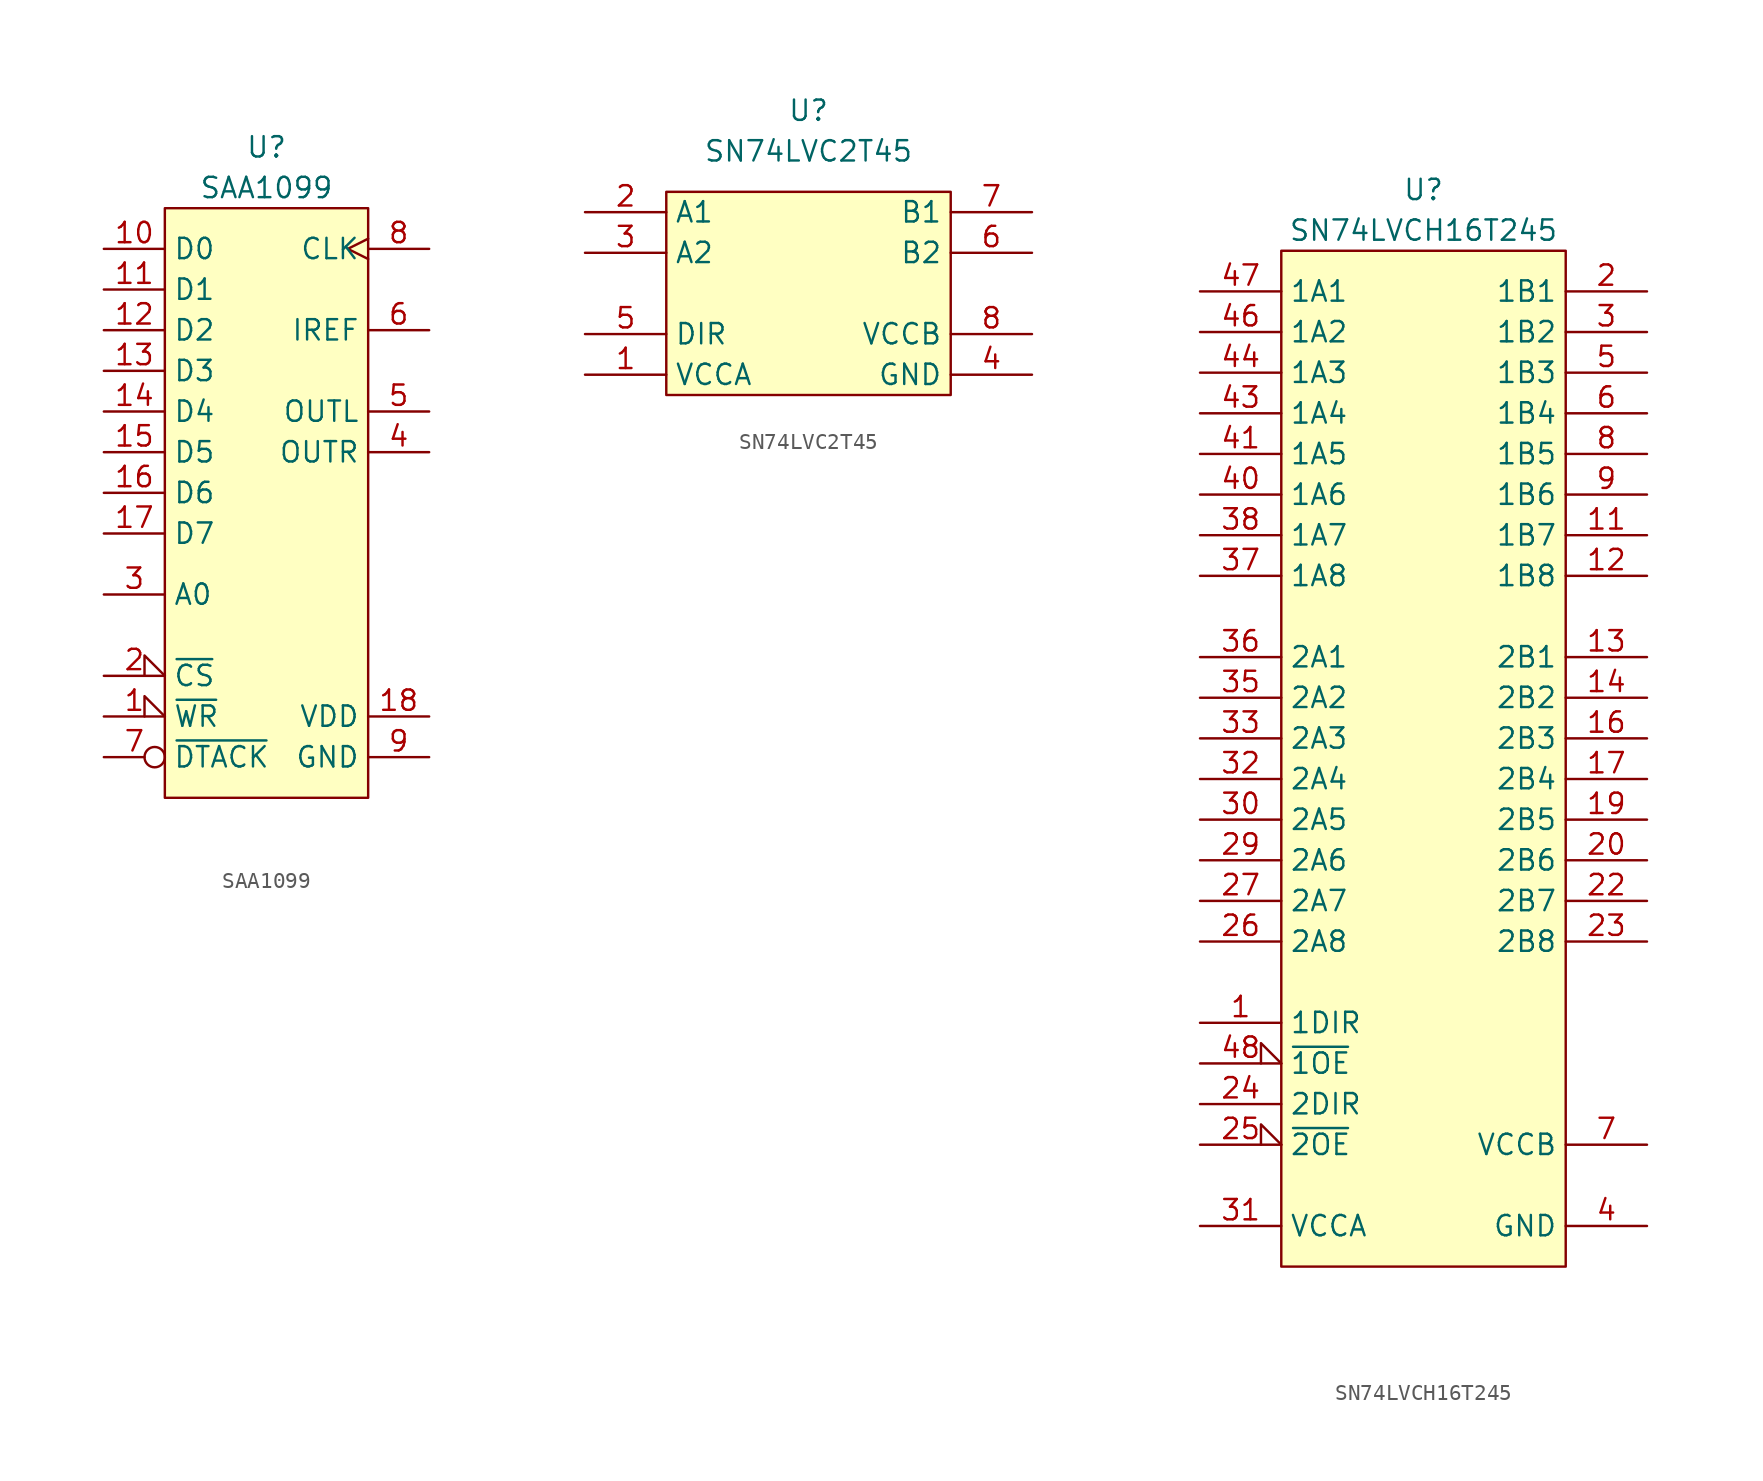
<source format=kicad_sym>
(kicad_symbol_lib
  (version 20211014)
  (generator kicad_symbol_editor)
  (symbol "68komputer-common:SAA1099"
    (property "Reference" "U"
      (at 0 5.08 0)
      (effects (font (size 1.27 1.27))))
    (property "Value" "SAA1099"
      (at 0 2.54 0)
      (effects (font (size 1.27 1.27))))
    (symbol "SAA1099_0_1"
      (rectangle (start -6.35 1.27) (end 6.35 -35.56) (stroke (width 0.152) (type default) (color 0 0 0 0)) (fill (type background))))
    (symbol "SAA1099_1_0"
      (pin input input_low (at -10.16 -30.48 0) (length 3.81) (name "~{WR}" (effects (font (size 1.27 1.27)))) (number "1" (effects (font (size 1.27 1.27)))))
      (pin tri_state line (at -10.16 -1.27 0) (length 3.81) (name "D0" (effects (font (size 1.27 1.27)))) (number "10" (effects (font (size 1.27 1.27)))))
      (pin tri_state line (at -10.16 -3.81 0) (length 3.81) (name "D1" (effects (font (size 1.27 1.27)))) (number "11" (effects (font (size 1.27 1.27)))))
      (pin tri_state line (at -10.16 -6.35 0) (length 3.81) (name "D2" (effects (font (size 1.27 1.27)))) (number "12" (effects (font (size 1.27 1.27)))))
      (pin tri_state line (at -10.16 -8.89 0) (length 3.81) (name "D3" (effects (font (size 1.27 1.27)))) (number "13" (effects (font (size 1.27 1.27)))))
      (pin tri_state line (at -10.16 -11.43 0) (length 3.81) (name "D4" (effects (font (size 1.27 1.27)))) (number "14" (effects (font (size 1.27 1.27)))))
      (pin tri_state line (at -10.16 -13.97 0) (length 3.81) (name "D5" (effects (font (size 1.27 1.27)))) (number "15" (effects (font (size 1.27 1.27)))))
      (pin tri_state line (at -10.16 -16.51 0) (length 3.81) (name "D6" (effects (font (size 1.27 1.27)))) (number "16" (effects (font (size 1.27 1.27)))))
      (pin tri_state line (at -10.16 -19.05 0) (length 3.81) (name "D7" (effects (font (size 1.27 1.27)))) (number "17" (effects (font (size 1.27 1.27)))))
      (pin power_in line (at 10.16 -30.48 180) (length 3.81) (name "VDD" (effects (font (size 1.27 1.27)))) (number "18" (effects (font (size 1.27 1.27)))))
      (pin input input_low (at -10.16 -27.94 0) (length 3.81) (name "~{CS}" (effects (font (size 1.27 1.27)))) (number "2" (effects (font (size 1.27 1.27)))))
      (pin input line (at -10.16 -22.86 0) (length 3.81) (name "A0" (effects (font (size 1.27 1.27)))) (number "3" (effects (font (size 1.27 1.27)))))
      (pin output line (at 10.16 -13.97 180) (length 3.81) (name "OUTR" (effects (font (size 1.27 1.27)))) (number "4" (effects (font (size 1.27 1.27)))))
      (pin output line (at 10.16 -11.43 180) (length 3.81) (name "OUTL" (effects (font (size 1.27 1.27)))) (number "5" (effects (font (size 1.27 1.27)))))
      (pin output line (at 10.16 -6.35 180) (length 3.81) (name "IREF" (effects (font (size 1.27 1.27)))) (number "6" (effects (font (size 1.27 1.27)))))
      (pin tri_state inverted (at -10.16 -33.02 0) (length 3.81) (name "~{DTACK}" (effects (font (size 1.27 1.27)))) (number "7" (effects (font (size 1.27 1.27)))))
      (pin input clock (at 10.16 -1.27 180) (length 3.81) (name "CLK" (effects (font (size 1.27 1.27)))) (number "8" (effects (font (size 1.27 1.27)))))
      (pin power_in line (at 10.16 -33.02 180) (length 3.81) (name "GND" (effects (font (size 1.27 1.27)))) (number "9" (effects (font (size 1.27 1.27)))))))
  (symbol "68komputer-common:SN74LVC2T45"
    (property "Reference" "U"
      (at 0 3.81 0)
      (effects (font (size 1.27 1.27))))
    (property "Value" "SN74LVC2T45"
      (at 0 1.27 0)
      (effects (font (size 1.27 1.27))))
    (symbol "SN74LVC2T45_0_1"
      (rectangle (start -8.89 -1.27) (end 8.89 -13.97) (stroke (width 0.152) (type default) (color 0 0 0 0)) (fill (type background))))
    (symbol "SN74LVC2T45_1_1"
      (pin power_in line (at -13.97 -12.7 0) (length 5.08) (name "VCCA" (effects (font (size 1.27 1.27)))) (number "1" (effects (font (size 1.27 1.27)))))
      (pin tri_state line (at -13.97 -2.54 0) (length 5.08) (name "A1" (effects (font (size 1.27 1.27)))) (number "2" (effects (font (size 1.27 1.27)))))
      (pin tri_state line (at -13.97 -5.08 0) (length 5.08) (name "A2" (effects (font (size 1.27 1.27)))) (number "3" (effects (font (size 1.27 1.27)))))
      (pin power_in line (at 13.97 -12.7 180) (length 5.08) (name "GND" (effects (font (size 1.27 1.27)))) (number "4" (effects (font (size 1.27 1.27)))))
      (pin input line (at -13.97 -10.16 0) (length 5.08) (name "DIR" (effects (font (size 1.27 1.27)))) (number "5" (effects (font (size 1.27 1.27)))))
      (pin tri_state line (at 13.97 -5.08 180) (length 5.08) (name "B2" (effects (font (size 1.27 1.27)))) (number "6" (effects (font (size 1.27 1.27)))))
      (pin tri_state line (at 13.97 -2.54 180) (length 5.08) (name "B1" (effects (font (size 1.27 1.27)))) (number "7" (effects (font (size 1.27 1.27)))))
      (pin power_in line (at 13.97 -10.16 180) (length 5.08) (name "VCCB" (effects (font (size 1.27 1.27)))) (number "8" (effects (font (size 1.27 1.27)))))))
  (symbol "68komputer-common:SN74LVCH16T245"
    (property "Reference" "U"
      (at 0 3.81 0)
      (effects (font (size 1.27 1.27))))
    (property "Value" "SN74LVCH16T245"
      (at 0 1.27 0)
      (effects (font (size 1.27 1.27))))
    (symbol "SN74LVCH16T245_0_1"
      (rectangle (start -8.89 0) (end 8.89 -63.5) (stroke (width 0.152) (type default) (color 0 0 0 0)) (fill (type background))))
    (symbol "SN74LVCH16T245_1_1"
      (pin input line (at -13.97 -48.26 0) (length 5.08) (name "1DIR" (effects (font (size 1.27 1.27)))) (number "1" (effects (font (size 1.27 1.27)))))
      (pin power_in line (at 13.97 -60.96 180) (length 5.08) hide (name "GND" (effects (font (size 1.27 1.27)))) (number "10" (effects (font (size 1.27 1.27)))))
      (pin tri_state line (at 13.97 -17.78 180) (length 5.08) (name "1B7" (effects (font (size 1.27 1.27)))) (number "11" (effects (font (size 1.27 1.27)))))
      (pin tri_state line (at 13.97 -20.32 180) (length 5.08) (name "1B8" (effects (font (size 1.27 1.27)))) (number "12" (effects (font (size 1.27 1.27)))))
      (pin tri_state line (at 13.97 -25.4 180) (length 5.08) (name "2B1" (effects (font (size 1.27 1.27)))) (number "13" (effects (font (size 1.27 1.27)))))
      (pin tri_state line (at 13.97 -27.94 180) (length 5.08) (name "2B2" (effects (font (size 1.27 1.27)))) (number "14" (effects (font (size 1.27 1.27)))))
      (pin power_in line (at 13.97 -60.96 180) (length 5.08) hide (name "GND" (effects (font (size 1.27 1.27)))) (number "15" (effects (font (size 1.27 1.27)))))
      (pin tri_state line (at 13.97 -30.48 180) (length 5.08) (name "2B3" (effects (font (size 1.27 1.27)))) (number "16" (effects (font (size 1.27 1.27)))))
      (pin tri_state line (at 13.97 -33.02 180) (length 5.08) (name "2B4" (effects (font (size 1.27 1.27)))) (number "17" (effects (font (size 1.27 1.27)))))
      (pin power_in line (at 13.97 -55.88 180) (length 5.08) hide (name "VCCB" (effects (font (size 1.27 1.27)))) (number "18" (effects (font (size 1.27 1.27)))))
      (pin tri_state line (at 13.97 -35.56 180) (length 5.08) (name "2B5" (effects (font (size 1.27 1.27)))) (number "19" (effects (font (size 1.27 1.27)))))
      (pin tri_state line (at 13.97 -2.54 180) (length 5.08) (name "1B1" (effects (font (size 1.27 1.27)))) (number "2" (effects (font (size 1.27 1.27)))))
      (pin tri_state line (at 13.97 -38.1 180) (length 5.08) (name "2B6" (effects (font (size 1.27 1.27)))) (number "20" (effects (font (size 1.27 1.27)))))
      (pin power_in line (at 13.97 -60.96 180) (length 5.08) hide (name "GND" (effects (font (size 1.27 1.27)))) (number "21" (effects (font (size 1.27 1.27)))))
      (pin tri_state line (at 13.97 -40.64 180) (length 5.08) (name "2B7" (effects (font (size 1.27 1.27)))) (number "22" (effects (font (size 1.27 1.27)))))
      (pin tri_state line (at 13.97 -43.18 180) (length 5.08) (name "2B8" (effects (font (size 1.27 1.27)))) (number "23" (effects (font (size 1.27 1.27)))))
      (pin input line (at -13.97 -53.34 0) (length 5.08) (name "2DIR" (effects (font (size 1.27 1.27)))) (number "24" (effects (font (size 1.27 1.27)))))
      (pin input input_low (at -13.97 -55.88 0) (length 5.08) (name "~{2OE}" (effects (font (size 1.27 1.27)))) (number "25" (effects (font (size 1.27 1.27)))))
      (pin tri_state line (at -13.97 -43.18 0) (length 5.08) (name "2A8" (effects (font (size 1.27 1.27)))) (number "26" (effects (font (size 1.27 1.27)))))
      (pin tri_state line (at -13.97 -40.64 0) (length 5.08) (name "2A7" (effects (font (size 1.27 1.27)))) (number "27" (effects (font (size 1.27 1.27)))))
      (pin power_in line (at 13.97 -60.96 180) (length 5.08) hide (name "GND" (effects (font (size 1.27 1.27)))) (number "28" (effects (font (size 1.27 1.27)))))
      (pin tri_state line (at -13.97 -38.1 0) (length 5.08) (name "2A6" (effects (font (size 1.27 1.27)))) (number "29" (effects (font (size 1.27 1.27)))))
      (pin tri_state line (at 13.97 -5.08 180) (length 5.08) (name "1B2" (effects (font (size 1.27 1.27)))) (number "3" (effects (font (size 1.27 1.27)))))
      (pin tri_state line (at -13.97 -35.56 0) (length 5.08) (name "2A5" (effects (font (size 1.27 1.27)))) (number "30" (effects (font (size 1.27 1.27)))))
      (pin power_in line (at -13.97 -60.96 0) (length 5.08) (name "VCCA" (effects (font (size 1.27 1.27)))) (number "31" (effects (font (size 1.27 1.27)))))
      (pin tri_state line (at -13.97 -33.02 0) (length 5.08) (name "2A4" (effects (font (size 1.27 1.27)))) (number "32" (effects (font (size 1.27 1.27)))))
      (pin tri_state line (at -13.97 -30.48 0) (length 5.08) (name "2A3" (effects (font (size 1.27 1.27)))) (number "33" (effects (font (size 1.27 1.27)))))
      (pin power_in line (at 13.97 -60.96 180) (length 5.08) hide (name "GND" (effects (font (size 1.27 1.27)))) (number "34" (effects (font (size 1.27 1.27)))))
      (pin tri_state line (at -13.97 -27.94 0) (length 5.08) (name "2A2" (effects (font (size 1.27 1.27)))) (number "35" (effects (font (size 1.27 1.27)))))
      (pin tri_state line (at -13.97 -25.4 0) (length 5.08) (name "2A1" (effects (font (size 1.27 1.27)))) (number "36" (effects (font (size 1.27 1.27)))))
      (pin tri_state line (at -13.97 -20.32 0) (length 5.08) (name "1A8" (effects (font (size 1.27 1.27)))) (number "37" (effects (font (size 1.27 1.27)))))
      (pin tri_state line (at -13.97 -17.78 0) (length 5.08) (name "1A7" (effects (font (size 1.27 1.27)))) (number "38" (effects (font (size 1.27 1.27)))))
      (pin power_in line (at 13.97 -60.96 180) (length 5.08) hide (name "GND" (effects (font (size 1.27 1.27)))) (number "39" (effects (font (size 1.27 1.27)))))
      (pin power_in line (at 13.97 -60.96 180) (length 5.08) (name "GND" (effects (font (size 1.27 1.27)))) (number "4" (effects (font (size 1.27 1.27)))))
      (pin tri_state line (at -13.97 -15.24 0) (length 5.08) (name "1A6" (effects (font (size 1.27 1.27)))) (number "40" (effects (font (size 1.27 1.27)))))
      (pin tri_state line (at -13.97 -12.7 0) (length 5.08) (name "1A5" (effects (font (size 1.27 1.27)))) (number "41" (effects (font (size 1.27 1.27)))))
      (pin power_in line (at -13.97 -60.96 0) (length 5.08) hide (name "VCCA" (effects (font (size 1.27 1.27)))) (number "42" (effects (font (size 1.27 1.27)))))
      (pin tri_state line (at -13.97 -10.16 0) (length 5.08) (name "1A4" (effects (font (size 1.27 1.27)))) (number "43" (effects (font (size 1.27 1.27)))))
      (pin tri_state line (at -13.97 -7.62 0) (length 5.08) (name "1A3" (effects (font (size 1.27 1.27)))) (number "44" (effects (font (size 1.27 1.27)))))
      (pin power_in line (at 13.97 -60.96 180) (length 5.08) hide (name "GND" (effects (font (size 1.27 1.27)))) (number "45" (effects (font (size 1.27 1.27)))))
      (pin tri_state line (at -13.97 -5.08 0) (length 5.08) (name "1A2" (effects (font (size 1.27 1.27)))) (number "46" (effects (font (size 1.27 1.27)))))
      (pin tri_state line (at -13.97 -2.54 0) (length 5.08) (name "1A1" (effects (font (size 1.27 1.27)))) (number "47" (effects (font (size 1.27 1.27)))))
      (pin input input_low (at -13.97 -50.8 0) (length 5.08) (name "~{1OE}" (effects (font (size 1.27 1.27)))) (number "48" (effects (font (size 1.27 1.27)))))
      (pin tri_state line (at 13.97 -7.62 180) (length 5.08) (name "1B3" (effects (font (size 1.27 1.27)))) (number "5" (effects (font (size 1.27 1.27)))))
      (pin tri_state line (at 13.97 -10.16 180) (length 5.08) (name "1B4" (effects (font (size 1.27 1.27)))) (number "6" (effects (font (size 1.27 1.27)))))
      (pin power_in line (at 13.97 -55.88 180) (length 5.08) (name "VCCB" (effects (font (size 1.27 1.27)))) (number "7" (effects (font (size 1.27 1.27)))))
      (pin tri_state line (at 13.97 -12.7 180) (length 5.08) (name "1B5" (effects (font (size 1.27 1.27)))) (number "8" (effects (font (size 1.27 1.27)))))
      (pin tri_state line (at 13.97 -15.24 180) (length 5.08) (name "1B6" (effects (font (size 1.27 1.27)))) (number "9" (effects (font (size 1.27 1.27))))))))
</source>
